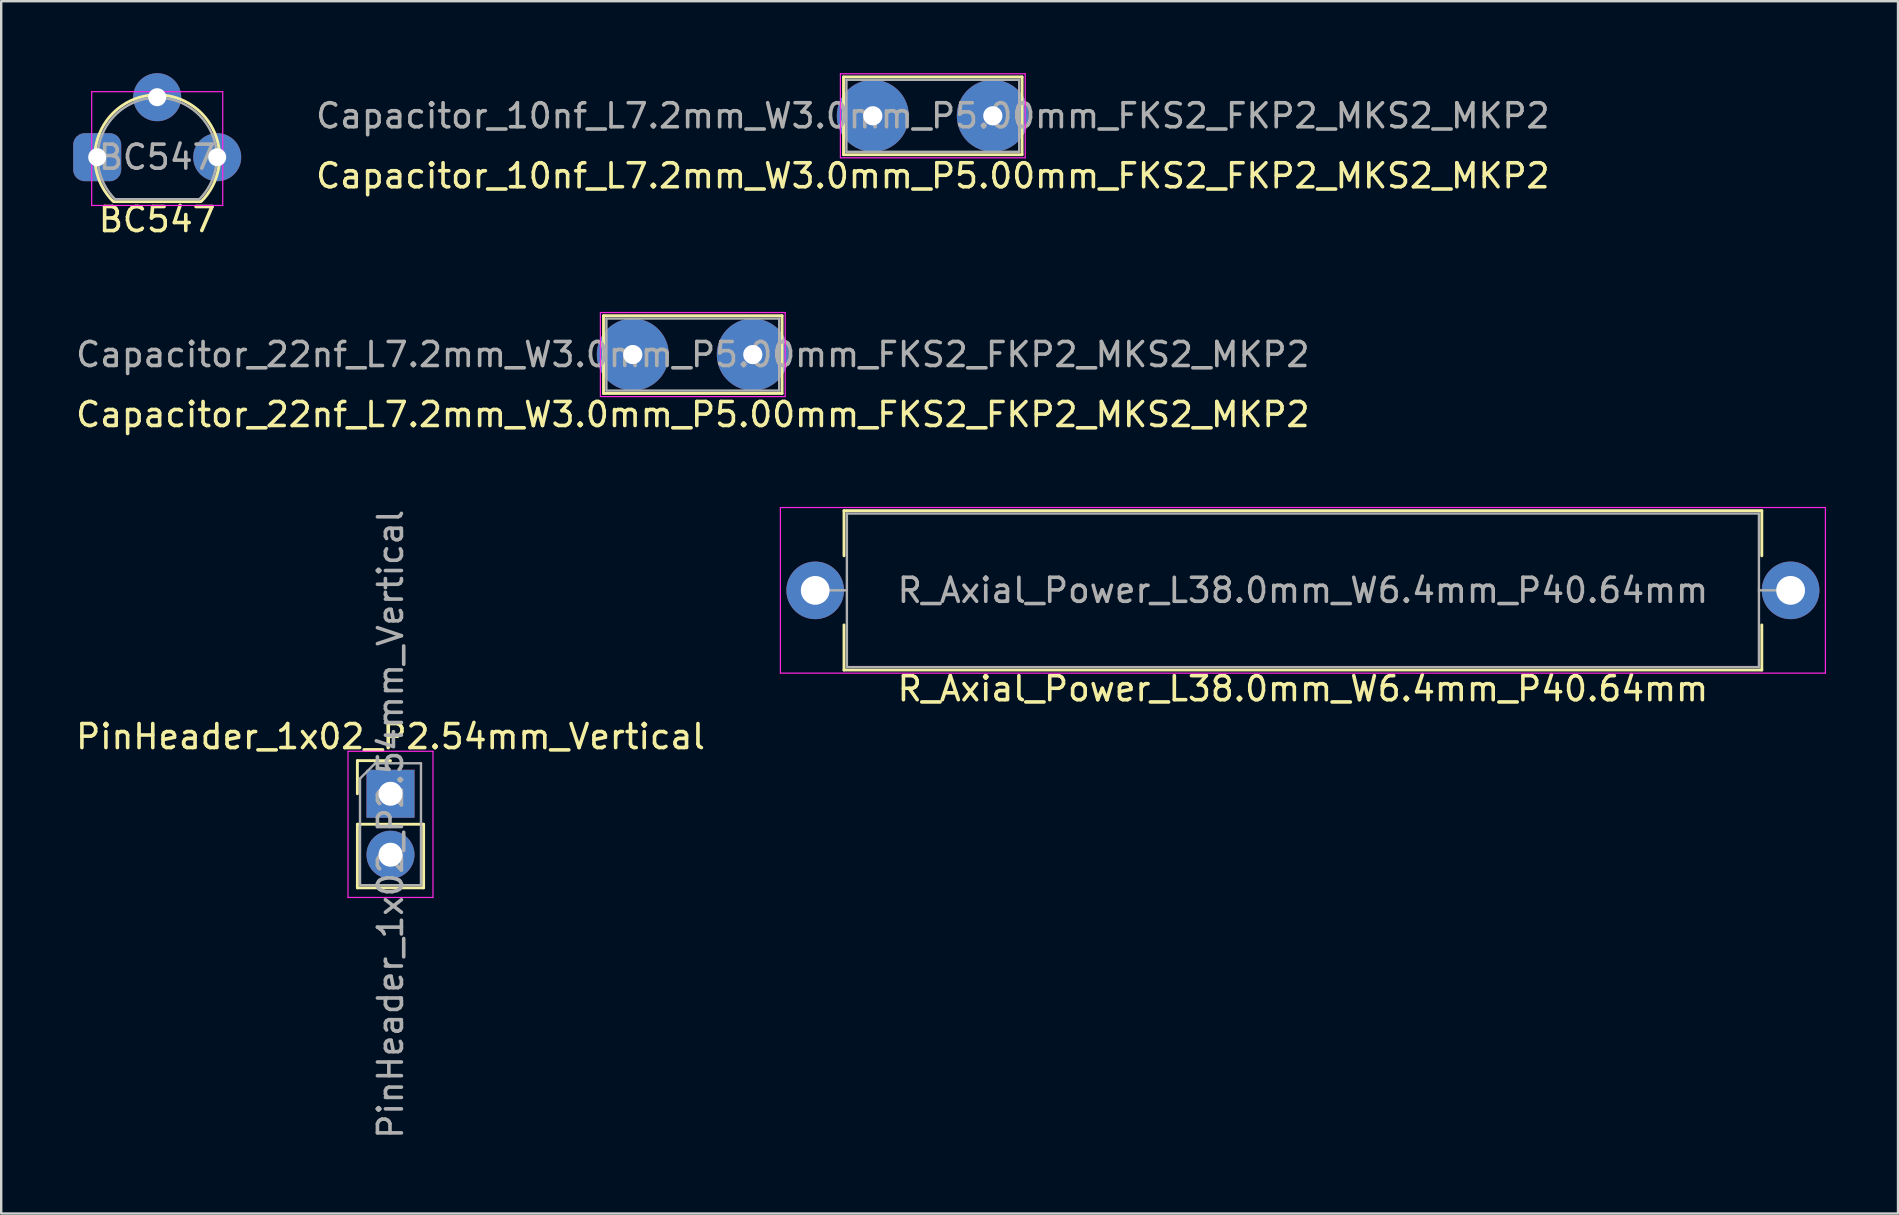
<source format=kicad_pcb>
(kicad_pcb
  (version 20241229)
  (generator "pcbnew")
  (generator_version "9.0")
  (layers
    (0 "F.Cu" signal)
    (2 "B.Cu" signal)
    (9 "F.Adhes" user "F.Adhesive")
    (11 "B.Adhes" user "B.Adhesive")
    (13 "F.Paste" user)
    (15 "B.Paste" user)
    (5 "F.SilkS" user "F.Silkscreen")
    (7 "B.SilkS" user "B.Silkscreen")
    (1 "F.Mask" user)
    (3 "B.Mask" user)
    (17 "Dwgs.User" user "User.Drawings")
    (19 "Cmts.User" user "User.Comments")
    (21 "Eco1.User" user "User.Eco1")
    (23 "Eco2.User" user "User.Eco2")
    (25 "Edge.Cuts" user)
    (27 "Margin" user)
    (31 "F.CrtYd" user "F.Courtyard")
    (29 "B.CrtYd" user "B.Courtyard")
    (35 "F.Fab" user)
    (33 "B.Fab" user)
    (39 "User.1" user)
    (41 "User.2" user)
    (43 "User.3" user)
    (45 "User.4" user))
  (footprint "PinHeader_1x02_P2.54mm_Vertical"
    (layer "F.Cu")
    (at 13.22 30.022)
    (property "Reference" "PinHeader_1x02_P2.54mm_Vertical" (at 0 -2.38 0) (layer "F.SilkS") (effects (font (size 1 1) (thickness 0.15))))
    (attr through_hole)
    (fp_line (start -1.38 -1.38) (end 0 -1.38) (stroke (width 0.12) (type solid)) (layer "F.SilkS"))
    (fp_line (start -1.38 0) (end -1.38 -1.38) (stroke (width 0.12) (type solid)) (layer "F.SilkS"))
    (fp_line (start -1.38 1.27) (end -1.38 3.92) (stroke (width 0.12) (type solid)) (layer "F.SilkS"))
    (fp_line (start -1.38 1.27) (end 1.38 1.27) (stroke (width 0.12) (type solid)) (layer "F.SilkS"))
    (fp_line (start -1.38 3.92) (end 1.38 3.92) (stroke (width 0.12) (type solid)) (layer "F.SilkS"))
    (fp_line (start 1.38 1.27) (end 1.38 3.92) (stroke (width 0.12) (type solid)) (layer "F.SilkS"))
    (fp_line (start -1.77 -1.77) (end -1.77 4.32) (stroke (width 0.05) (type solid)) (layer "F.CrtYd"))
    (fp_line (start -1.77 4.32) (end 1.77 4.32) (stroke (width 0.05) (type solid)) (layer "F.CrtYd"))
    (fp_line (start 1.77 -1.77) (end -1.77 -1.77) (stroke (width 0.05) (type solid)) (layer "F.CrtYd"))
    (fp_line (start 1.77 4.32) (end 1.77 -1.77) (stroke (width 0.05) (type solid)) (layer "F.CrtYd"))
    (fp_line (start -1.27 -0.635) (end -0.635 -1.27) (stroke (width 0.1) (type solid)) (layer "F.Fab"))
    (fp_line (start -1.27 3.81) (end -1.27 -0.635) (stroke (width 0.1) (type solid)) (layer "F.Fab"))
    (fp_line (start -0.635 -1.27) (end 1.27 -1.27) (stroke (width 0.1) (type solid)) (layer "F.Fab"))
    (fp_line (start 1.27 -1.27) (end 1.27 3.81) (stroke (width 0.1) (type solid)) (layer "F.Fab"))
    (fp_line (start 1.27 3.81) (end -1.27 3.81) (stroke (width 0.1) (type solid)) (layer "F.Fab"))
    (fp_text user "${REFERENCE}" (at 0 1.27 90) (layer "F.Fab") (effects (font (size 1 1) (thickness 0.15))))
    (pad "1" thru_hole rect (at 0 0) (size 2 2) (drill 1) (layers "*.Cu" "*.Mask"))
    (pad "2" thru_hole circle (at 0 2.54) (size 2 2) (drill 1) (layers "*.Cu" "*.Mask")))
  (footprint "R_Axial_Power_L38.0mm_W6.4mm_P40.64mm"
    (layer "F.Cu")
    (at 51.235 21.547)
    (property "Reference" "R_Axial_Power_L38.0mm_W6.4mm_P40.64mm" (at 0 4.1 0) (layer "F.SilkS") (effects (font (size 1 1) (thickness 0.15))))
    (attr through_hole)
    (fp_line (start -19.12 -3.32) (end 19.12 -3.32) (stroke (width 0.12) (type solid)) (layer "F.SilkS"))
    (fp_line (start -19.12 -1.44) (end -19.12 -3.32) (stroke (width 0.12) (type solid)) (layer "F.SilkS"))
    (fp_line (start -19.12 1.44) (end -19.12 3.32) (stroke (width 0.12) (type solid)) (layer "F.SilkS"))
    (fp_line (start -19.12 3.32) (end 19.12 3.32) (stroke (width 0.12) (type solid)) (layer "F.SilkS"))
    (fp_line (start 19.12 -3.32) (end 19.12 -1.44) (stroke (width 0.12) (type solid)) (layer "F.SilkS"))
    (fp_line (start 19.12 3.32) (end 19.12 1.44) (stroke (width 0.12) (type solid)) (layer "F.SilkS"))
    (fp_line (start -21.77 -3.45) (end -21.77 3.45) (stroke (width 0.05) (type solid)) (layer "F.CrtYd"))
    (fp_line (start -21.77 3.45) (end 21.77 3.45) (stroke (width 0.05) (type solid)) (layer "F.CrtYd"))
    (fp_line (start 21.77 -3.45) (end -21.77 -3.45) (stroke (width 0.05) (type solid)) (layer "F.CrtYd"))
    (fp_line (start 21.77 3.45) (end 21.77 -3.45) (stroke (width 0.05) (type solid)) (layer "F.CrtYd"))
    (fp_line (start -20.32 0) (end -19 0) (stroke (width 0.1) (type solid)) (layer "F.Fab"))
    (fp_line (start -19 -3.2) (end -19 3.2) (stroke (width 0.1) (type solid)) (layer "F.Fab"))
    (fp_line (start -19 3.2) (end 19 3.2) (stroke (width 0.1) (type solid)) (layer "F.Fab"))
    (fp_line (start 19 -3.2) (end -19 -3.2) (stroke (width 0.1) (type solid)) (layer "F.Fab"))
    (fp_line (start 19 3.2) (end 19 -3.2) (stroke (width 0.1) (type solid)) (layer "F.Fab"))
    (fp_line (start 20.32 0) (end 19 0) (stroke (width 0.1) (type solid)) (layer "F.Fab"))
    (fp_text user "${REFERENCE}" (at 0 0 0) (layer "F.Fab") (effects (font (size 1 1) (thickness 0.15))))
    (pad "1" thru_hole circle (at -20.32 0) (size 2.4 2.4) (drill 1.2) (layers "*.Cu" "*.Mask"))
    (pad "2" thru_hole oval (at 20.32 0) (size 2.4 2.4) (drill 1.2) (layers "*.Cu" "*.Mask")))
  (footprint "BC547"
    (layer "F.Cu")
    (at 3.5 3.5)
    (property "Reference" "BC547" (at 0 2.6 0) (layer "F.SilkS") (effects (font (size 1 1) (thickness 0.15))))
    (attr through_hole)
    (fp_line (start -1.8 1.85) (end 1.8 1.85) (stroke (width 0.12) (type solid)) (layer "F.SilkS"))
    (fp_arc (start -1.838478 1.838478) (mid -2.402087 -0.994977) (end 0 -2.6) (stroke (width 0.12) (type solid)) (layer "F.SilkS"))
    (fp_arc (start 0 -2.6) (mid 2.402087 -0.994977) (end 1.838478 1.838478) (stroke (width 0.12) (type solid)) (layer "F.SilkS"))
    (fp_line (start -2.73 -2.73) (end -2.73 2.01) (stroke (width 0.05) (type solid)) (layer "F.CrtYd"))
    (fp_line (start -2.73 -2.73) (end 2.73 -2.73) (stroke (width 0.05) (type solid)) (layer "F.CrtYd"))
    (fp_line (start 2.73 2.01) (end -2.73 2.01) (stroke (width 0.05) (type solid)) (layer "F.CrtYd"))
    (fp_line (start 2.73 2.01) (end 2.73 -2.73) (stroke (width 0.05) (type solid)) (layer "F.CrtYd"))
    (fp_line (start -1.77 1.75) (end 1.73 1.75) (stroke (width 0.1) (type solid)) (layer "F.Fab"))
    (fp_arc (start -1.753625 1.753625) (mid -2.291221 -0.949055) (end 0 -2.48) (stroke (width 0.1) (type solid)) (layer "F.Fab"))
    (fp_arc (start 0 -2.48) (mid 2.291221 -0.949055) (end 1.753625 1.753625) (stroke (width 0.1) (type solid)) (layer "F.Fab"))
    (fp_text user "${REFERENCE}" (at 0 0 0) (layer "F.Fab") (effects (font (size 1 1) (thickness 0.15))))
    (pad "1" thru_hole roundrect (at -2.5 0) (size 2 2) (drill 0.75) (layers "*.Cu" "*.Mask") (roundrect_rratio 0.238))
    (pad "2" thru_hole circle (at 0 -2.5) (size 2 2) (drill 0.75) (layers "*.Cu" "*.Mask"))
    (pad "3" thru_hole circle (at 2.5 0) (size 2 2) (drill 0.75) (layers "*.Cu" "*.Mask")))
  (footprint "Capacitor_22nf_L7.2mm_W3.0mm_P5.00mm_FKS2_FKP2_MKS2_MKP2"
    (layer "F.Cu")
    (at 25.815 11.723)
    (property "Reference" "Capacitor_22nf_L7.2mm_W3.0mm_P5.00mm_FKS2_FKP2_MKS2_MKP2" (at 0 2.5 0) (layer "F.SilkS") (effects (font (size 1 1) (thickness 0.15))))
    (attr through_hole)
    (fp_line (start -3.72 -1.62) (end -3.72 1.62) (stroke (width 0.12) (type solid)) (layer "F.SilkS"))
    (fp_line (start -3.72 -1.62) (end 3.72 -1.62) (stroke (width 0.12) (type solid)) (layer "F.SilkS"))
    (fp_line (start -3.72 1.62) (end 3.72 1.62) (stroke (width 0.12) (type solid)) (layer "F.SilkS"))
    (fp_line (start 3.72 -1.62) (end 3.72 1.62) (stroke (width 0.12) (type solid)) (layer "F.SilkS"))
    (fp_line (start -3.85 -1.75) (end -3.85 1.75) (stroke (width 0.05) (type solid)) (layer "F.CrtYd"))
    (fp_line (start -3.85 1.75) (end 3.85 1.75) (stroke (width 0.05) (type solid)) (layer "F.CrtYd"))
    (fp_line (start 3.85 -1.75) (end -3.85 -1.75) (stroke (width 0.05) (type solid)) (layer "F.CrtYd"))
    (fp_line (start 3.85 1.75) (end 3.85 -1.75) (stroke (width 0.05) (type solid)) (layer "F.CrtYd"))
    (fp_line (start -3.6 -1.5) (end -3.6 1.5) (stroke (width 0.1) (type solid)) (layer "F.Fab"))
    (fp_line (start -3.6 1.5) (end 3.6 1.5) (stroke (width 0.1) (type solid)) (layer "F.Fab"))
    (fp_line (start 3.6 -1.5) (end -3.6 -1.5) (stroke (width 0.1) (type solid)) (layer "F.Fab"))
    (fp_line (start 3.6 1.5) (end 3.6 -1.5) (stroke (width 0.1) (type solid)) (layer "F.Fab"))
    (fp_text user "${REFERENCE}" (at 0 0 0) (layer "F.Fab") (effects (font (size 1 1) (thickness 0.15))))
    (pad "1" thru_hole circle (at -2.5 0) (size 3 3) (drill 0.8) (layers "*.Cu" "*.Mask"))
    (pad "2" thru_hole circle (at 2.5 0) (size 3 3) (drill 0.8) (layers "*.Cu" "*.Mask")))
  (footprint "Capacitor_10nf_L7.2mm_W3.0mm_P5.00mm_FKS2_FKP2_MKS2_MKP2"
    (layer "F.Cu")
    (at 35.815 1.775)
    (property "Reference" "Capacitor_10nf_L7.2mm_W3.0mm_P5.00mm_FKS2_FKP2_MKS2_MKP2" (at 0 2.5 0) (layer "F.SilkS") (effects (font (size 1 1) (thickness 0.15))))
    (attr through_hole)
    (fp_line (start -3.72 -1.62) (end -3.72 1.62) (stroke (width 0.12) (type solid)) (layer "F.SilkS"))
    (fp_line (start -3.72 -1.62) (end 3.72 -1.62) (stroke (width 0.12) (type solid)) (layer "F.SilkS"))
    (fp_line (start -3.72 1.62) (end 3.72 1.62) (stroke (width 0.12) (type solid)) (layer "F.SilkS"))
    (fp_line (start 3.72 -1.62) (end 3.72 1.62) (stroke (width 0.12) (type solid)) (layer "F.SilkS"))
    (fp_line (start -3.85 -1.75) (end -3.85 1.75) (stroke (width 0.05) (type solid)) (layer "F.CrtYd"))
    (fp_line (start -3.85 1.75) (end 3.85 1.75) (stroke (width 0.05) (type solid)) (layer "F.CrtYd"))
    (fp_line (start 3.85 -1.75) (end -3.85 -1.75) (stroke (width 0.05) (type solid)) (layer "F.CrtYd"))
    (fp_line (start 3.85 1.75) (end 3.85 -1.75) (stroke (width 0.05) (type solid)) (layer "F.CrtYd"))
    (fp_line (start -3.6 -1.5) (end -3.6 1.5) (stroke (width 0.1) (type solid)) (layer "F.Fab"))
    (fp_line (start -3.6 1.5) (end 3.6 1.5) (stroke (width 0.1) (type solid)) (layer "F.Fab"))
    (fp_line (start 3.6 -1.5) (end -3.6 -1.5) (stroke (width 0.1) (type solid)) (layer "F.Fab"))
    (fp_line (start 3.6 1.5) (end 3.6 -1.5) (stroke (width 0.1) (type solid)) (layer "F.Fab"))
    (fp_text user "${REFERENCE}" (at 0 0 0) (layer "F.Fab") (effects (font (size 1 1) (thickness 0.15))))
    (pad "1" thru_hole circle (at -2.5 0) (size 3 3) (drill 0.8) (layers "*.Cu" "*.Mask"))
    (pad "2" thru_hole circle (at 2.5 0) (size 3 3) (drill 0.8) (layers "*.Cu" "*.Mask")))
  (gr_rect
    (start -3 -3)
    (end 76.03 47.512)
    (stroke (width 0.1) (type default))
    (fill no)
    (layer "Edge.Cuts")))
</source>
